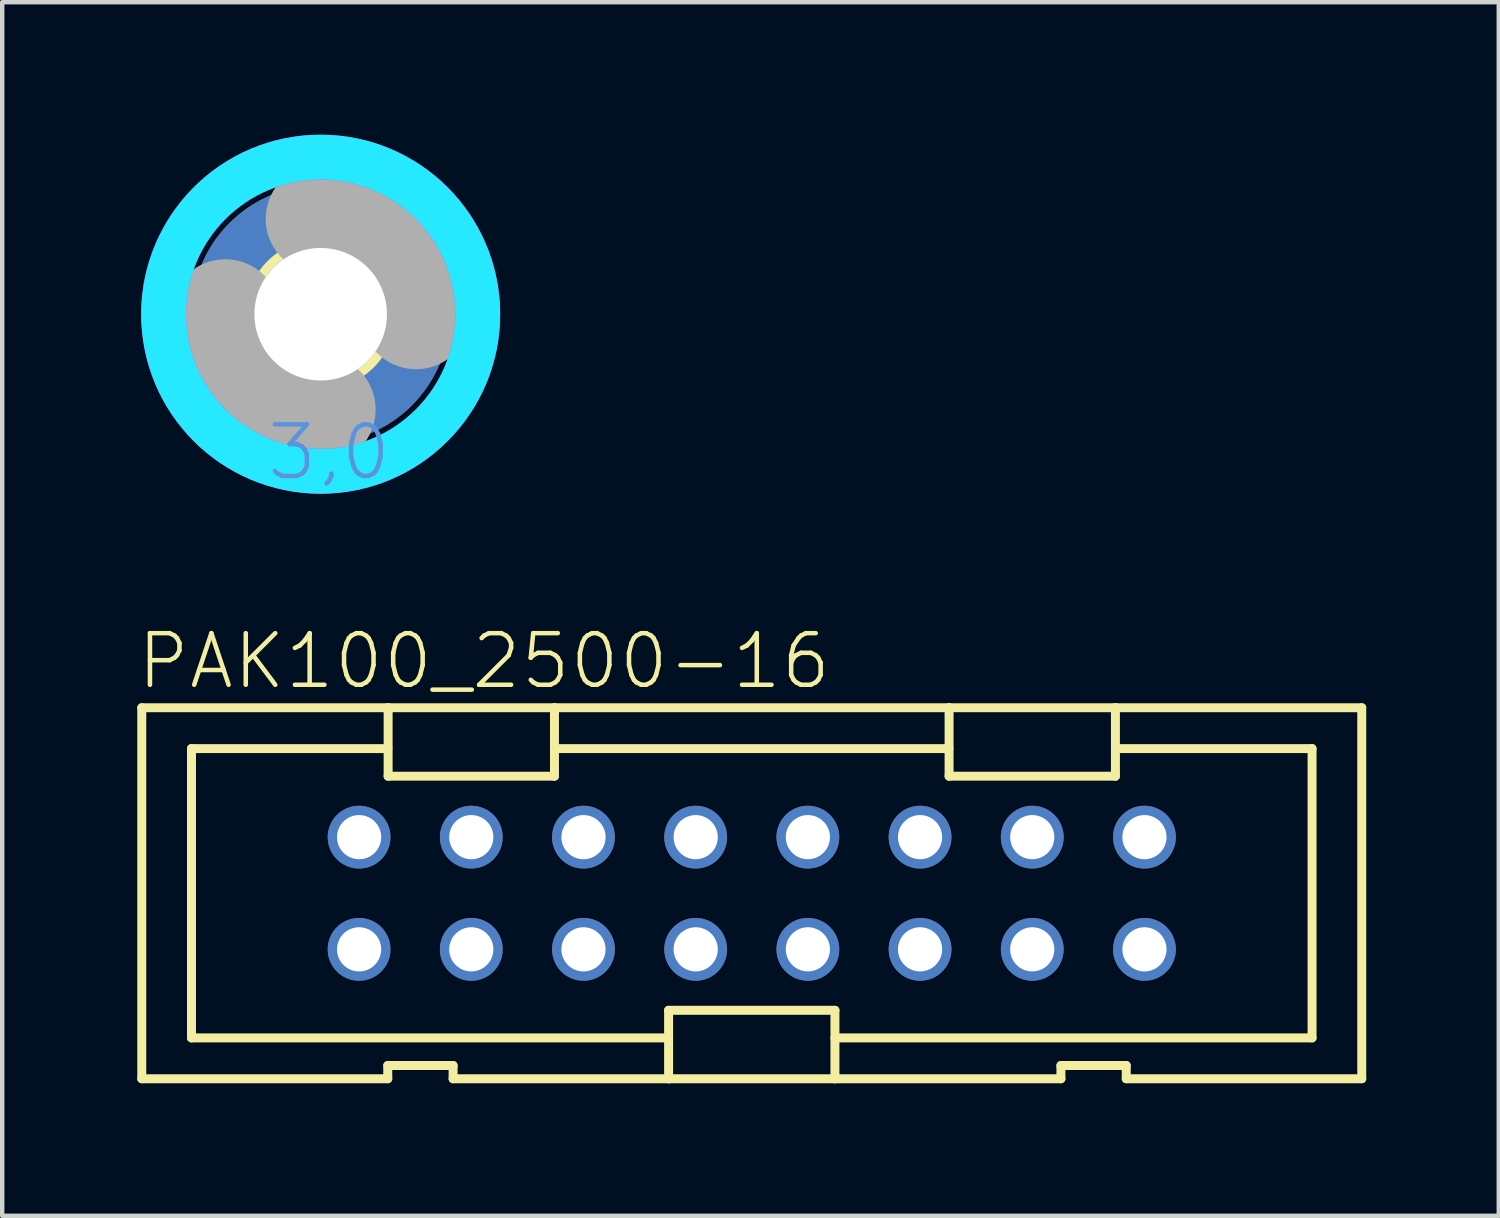
<source format=kicad_pcb>
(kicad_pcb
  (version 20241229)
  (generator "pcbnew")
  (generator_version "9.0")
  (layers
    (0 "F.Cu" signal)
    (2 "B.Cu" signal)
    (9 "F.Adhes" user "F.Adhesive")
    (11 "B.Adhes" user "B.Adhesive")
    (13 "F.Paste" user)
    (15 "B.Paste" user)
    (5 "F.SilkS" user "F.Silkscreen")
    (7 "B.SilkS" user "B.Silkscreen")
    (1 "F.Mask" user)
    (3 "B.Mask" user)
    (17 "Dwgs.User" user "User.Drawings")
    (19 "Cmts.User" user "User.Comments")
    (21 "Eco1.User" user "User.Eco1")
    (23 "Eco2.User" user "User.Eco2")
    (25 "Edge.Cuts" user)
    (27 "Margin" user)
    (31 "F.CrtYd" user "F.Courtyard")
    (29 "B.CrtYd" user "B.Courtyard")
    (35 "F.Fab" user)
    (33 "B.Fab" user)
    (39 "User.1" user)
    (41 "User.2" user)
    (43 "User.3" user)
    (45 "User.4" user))
  (footprint "PAK100_2500-16"
    (layer "F.Cu")
    (at 13.97 17.173)
    (property "Reference" "PAK100_2500-16" (at -13.97 -4.572 0) (layer "F.SilkS") (effects (font (size 1.168 1.168) (thickness 0.102)) (justify left bottom)))
    (fp_line (start -13.81 -4.2) (end -8.233 -4.2) (stroke (width 0.203) (type solid)) (layer "F.SilkS"))
    (fp_line (start -13.81 4.2) (end -13.81 -4.2) (stroke (width 0.203) (type solid)) (layer "F.SilkS"))
    (fp_line (start -12.685 -3.275) (end -8.24 -3.275) (stroke (width 0.203) (type solid)) (layer "F.SilkS"))
    (fp_line (start -12.685 3.275) (end -12.685 -3.275) (stroke (width 0.203) (type solid)) (layer "F.SilkS"))
    (fp_line (start -8.241 3.9) (end -8.241 4.2) (stroke (width 0.203) (type solid)) (layer "F.SilkS"))
    (fp_line (start -8.241 4.2) (end -13.81 4.2) (stroke (width 0.203) (type solid)) (layer "F.SilkS"))
    (fp_line (start -8.233 -4.2) (end -8.233 -2.65) (stroke (width 0.203) (type solid)) (layer "F.SilkS"))
    (fp_line (start -8.233 -4.2) (end -4.467 -4.2) (stroke (width 0.203) (type solid)) (layer "F.SilkS"))
    (fp_line (start -8.233 -2.65) (end -4.467 -2.65) (stroke (width 0.203) (type solid)) (layer "F.SilkS"))
    (fp_line (start -6.762 3.9) (end -8.241 3.9) (stroke (width 0.203) (type solid)) (layer "F.SilkS"))
    (fp_line (start -6.762 4.2) (end -6.762 3.9) (stroke (width 0.203) (type solid)) (layer "F.SilkS"))
    (fp_line (start -4.467 -4.2) (end 4.467 -4.2) (stroke (width 0.203) (type solid)) (layer "F.SilkS"))
    (fp_line (start -4.467 -2.65) (end -4.467 -4.2) (stroke (width 0.203) (type solid)) (layer "F.SilkS"))
    (fp_line (start -4.465 -3.275) (end 4.465 -3.275) (stroke (width 0.203) (type solid)) (layer "F.SilkS"))
    (fp_line (start -1.883 2.65) (end -1.883 4.2) (stroke (width 0.203) (type solid)) (layer "F.SilkS"))
    (fp_line (start -1.883 3.275) (end -12.685 3.275) (stroke (width 0.203) (type solid)) (layer "F.SilkS"))
    (fp_line (start -1.883 4.2) (end -6.762 4.2) (stroke (width 0.203) (type solid)) (layer "F.SilkS"))
    (fp_line (start 1.883 2.65) (end -1.883 2.65) (stroke (width 0.203) (type solid)) (layer "F.SilkS"))
    (fp_line (start 1.883 4.2) (end -1.883 4.2) (stroke (width 0.203) (type solid)) (layer "F.SilkS"))
    (fp_line (start 1.883 4.2) (end 1.883 2.65) (stroke (width 0.203) (type solid)) (layer "F.SilkS"))
    (fp_line (start 4.467 -4.2) (end 4.467 -2.65) (stroke (width 0.203) (type solid)) (layer "F.SilkS"))
    (fp_line (start 4.467 -4.2) (end 8.233 -4.2) (stroke (width 0.203) (type solid)) (layer "F.SilkS"))
    (fp_line (start 4.467 -2.65) (end 8.233 -2.65) (stroke (width 0.203) (type solid)) (layer "F.SilkS"))
    (fp_line (start 6.999 3.9) (end 6.999 4.2) (stroke (width 0.203) (type solid)) (layer "F.SilkS"))
    (fp_line (start 6.999 4.2) (end 1.883 4.2) (stroke (width 0.203) (type solid)) (layer "F.SilkS"))
    (fp_line (start 8.233 -4.2) (end 13.81 -4.2) (stroke (width 0.203) (type solid)) (layer "F.SilkS"))
    (fp_line (start 8.233 -2.65) (end 8.233 -4.2) (stroke (width 0.203) (type solid)) (layer "F.SilkS"))
    (fp_line (start 8.24 -3.275) (end 12.685 -3.275) (stroke (width 0.203) (type solid)) (layer "F.SilkS"))
    (fp_line (start 8.478 3.9) (end 6.999 3.9) (stroke (width 0.203) (type solid)) (layer "F.SilkS"))
    (fp_line (start 8.478 4.2) (end 8.478 3.9) (stroke (width 0.203) (type solid)) (layer "F.SilkS"))
    (fp_line (start 12.685 -3.275) (end 12.685 3.275) (stroke (width 0.203) (type solid)) (layer "F.SilkS"))
    (fp_line (start 12.685 3.275) (end 1.883 3.275) (stroke (width 0.203) (type solid)) (layer "F.SilkS"))
    (fp_line (start 13.81 -4.2) (end 13.81 4.2) (stroke (width 0.203) (type solid)) (layer "F.SilkS"))
    (fp_line (start 13.81 4.2) (end 8.478 4.2) (stroke (width 0.203) (type solid)) (layer "F.SilkS"))
    (pad "1" thru_hole circle (at -8.89 1.27) (size 1.422 1.422) (drill 1) (layers "*.Cu" "*.Mask"))
    (pad "2" thru_hole circle (at -8.89 -1.27) (size 1.422 1.422) (drill 1) (layers "*.Cu" "*.Mask"))
    (pad "3" thru_hole circle (at -6.35 1.27) (size 1.422 1.422) (drill 1) (layers "*.Cu" "*.Mask"))
    (pad "4" thru_hole circle (at -6.35 -1.27) (size 1.422 1.422) (drill 1) (layers "*.Cu" "*.Mask"))
    (pad "5" thru_hole circle (at -3.81 1.27) (size 1.422 1.422) (drill 1) (layers "*.Cu" "*.Mask"))
    (pad "6" thru_hole circle (at -3.81 -1.27) (size 1.422 1.422) (drill 1) (layers "*.Cu" "*.Mask"))
    (pad "7" thru_hole circle (at -1.27 1.27) (size 1.422 1.422) (drill 1) (layers "*.Cu" "*.Mask"))
    (pad "8" thru_hole circle (at -1.27 -1.27) (size 1.422 1.422) (drill 1) (layers "*.Cu" "*.Mask"))
    (pad "9" thru_hole circle (at 1.27 1.27) (size 1.422 1.422) (drill 1) (layers "*.Cu" "*.Mask"))
    (pad "10" thru_hole circle (at 1.27 -1.27) (size 1.422 1.422) (drill 1) (layers "*.Cu" "*.Mask"))
    (pad "11" thru_hole circle (at 3.81 1.27) (size 1.422 1.422) (drill 1) (layers "*.Cu" "*.Mask"))
    (pad "12" thru_hole circle (at 3.81 -1.27) (size 1.422 1.422) (drill 1) (layers "*.Cu" "*.Mask"))
    (pad "13" thru_hole circle (at 6.35 1.27) (size 1.422 1.422) (drill 1) (layers "*.Cu" "*.Mask"))
    (pad "14" thru_hole circle (at 6.35 -1.27) (size 1.422 1.422) (drill 1) (layers "*.Cu" "*.Mask"))
    (pad "15" thru_hole circle (at 8.89 1.27) (size 1.422 1.422) (drill 1) (layers "*.Cu" "*.Mask"))
    (pad "16" thru_hole circle (at 8.89 -1.27) (size 1.422 1.422) (drill 1) (layers "*.Cu" "*.Mask")))
  (footprint "3,0-PAD"
    (layer "F.Cu")
    (at 4.21 4.064)
    (property "Reference" "3,0-PAD" (at 0 0 0) (layer "F.SilkS") (effects (font (size 1.27 1.27) (thickness 0.15))))
    (fp_circle (center 0 0) (end 1.6 0) (stroke (width 0.203) (type solid)) (fill no) (layer "F.SilkS"))
    (fp_circle (center 0 0) (end 3.429 0) (stroke (width 0.152) (type solid)) (fill no) (layer "F.SilkS"))
    (fp_circle (center 0 0) (end 3.556 0) (stroke (width 1.016) (type solid)) (fill no) (layer "B.CrtYd"))
    (fp_circle (center 0 0) (end 3.556 0) (stroke (width 1.016) (type solid)) (fill no) (layer "F.CrtYd"))
    (fp_arc (start 0 -2.159) (mid 1.526644 -1.526644) (end 2.159 0) (stroke (width 2.4892) (type solid)) (layer "F.Fab"))
    (fp_arc (start 0 2.159) (mid -1.526644 1.526644) (end -2.159 0) (stroke (width 2.4892) (type solid)) (layer "F.Fab"))
    (fp_circle (center 0 0) (end 0.762 0) (stroke (width 0.457) (type solid)) (fill no) (layer "F.Fab"))
    (fp_text user "3,0" (at -1.27 3.81 0) (layer "Cmts.User") (effects (font (size 1.168 1.168) (thickness 0.102)) (justify left bottom)))
    (pad "B3,0" thru_hole circle (at 0 0) (size 5.842 5.842) (drill 3) (layers "*.Cu" "*.Mask"))
    (zone (net_name "") (layers "F.Cu" "B.Cu") (hatch edge 0.508) (connect_pads) (min_thickness 0.254) (filled_areas_thickness no) (keepout (tracks allowed) (vias not_allowed) (pads allowed) (copperpour allowed) (footprints allowed)) (placement (enabled no)) (fill) (polygon (pts (xy 8.274 4.064) (xy 8.213 3.358) (xy 8.029 2.674) (xy 7.73 2.032) (xy 7.324 1.452) (xy 6.823 0.951) (xy 6.242 0.544) (xy 5.6 0.245) (xy 4.916 0.062) (xy 4.21 0) (xy 3.505 0.062) (xy 2.82 0.245) (xy 2.178 0.544) (xy 1.598 0.951) (xy 1.097 1.452) (xy 0.691 2.032) (xy 0.391 2.674) (xy 0.208 3.358) (xy 0.146 4.064) (xy 0.208 4.77) (xy 0.391 5.454) (xy 0.691 6.096) (xy 1.097 6.676) (xy 1.598 7.177) (xy 2.178 7.584) (xy 2.82 7.883) (xy 3.505 8.066) (xy 4.21 8.128) (xy 4.916 8.066) (xy 5.6 7.883) (xy 6.242 7.584) (xy 6.823 7.177) (xy 7.324 6.676) (xy 7.73 6.096) (xy 8.029 5.454) (xy 8.213 4.77))) (polygon (pts (xy 7.258 4.064) (xy 7.212 3.535) (xy 7.075 3.022) (xy 6.85 2.54) (xy 6.545 2.105) (xy 6.17 1.729) (xy 5.734 1.424) (xy 5.253 1.2) (xy 4.74 1.062) (xy 4.21 1.016) (xy 3.681 1.062) (xy 3.168 1.2) (xy 2.686 1.424) (xy 2.251 1.729) (xy 1.875 2.105) (xy 1.571 2.54) (xy 1.346 3.022) (xy 1.209 3.535) (xy 1.162 4.064) (xy 1.209 4.593) (xy 1.346 5.106) (xy 1.571 5.588) (xy 1.875 6.023) (xy 2.251 6.399) (xy 2.686 6.704) (xy 3.168 6.928) (xy 3.681 7.066) (xy 4.21 7.112) (xy 4.74 7.066) (xy 5.253 6.928) (xy 5.734 6.704) (xy 6.17 6.399) (xy 6.545 6.023) (xy 6.85 5.588) (xy 7.075 5.106) (xy 7.212 4.593)))))
  (gr_rect
    (start -3 -3)
    (end 30.882 24.475)
    (stroke (width 0.1) (type default))
    (fill no)
    (layer "Edge.Cuts")))
</source>
